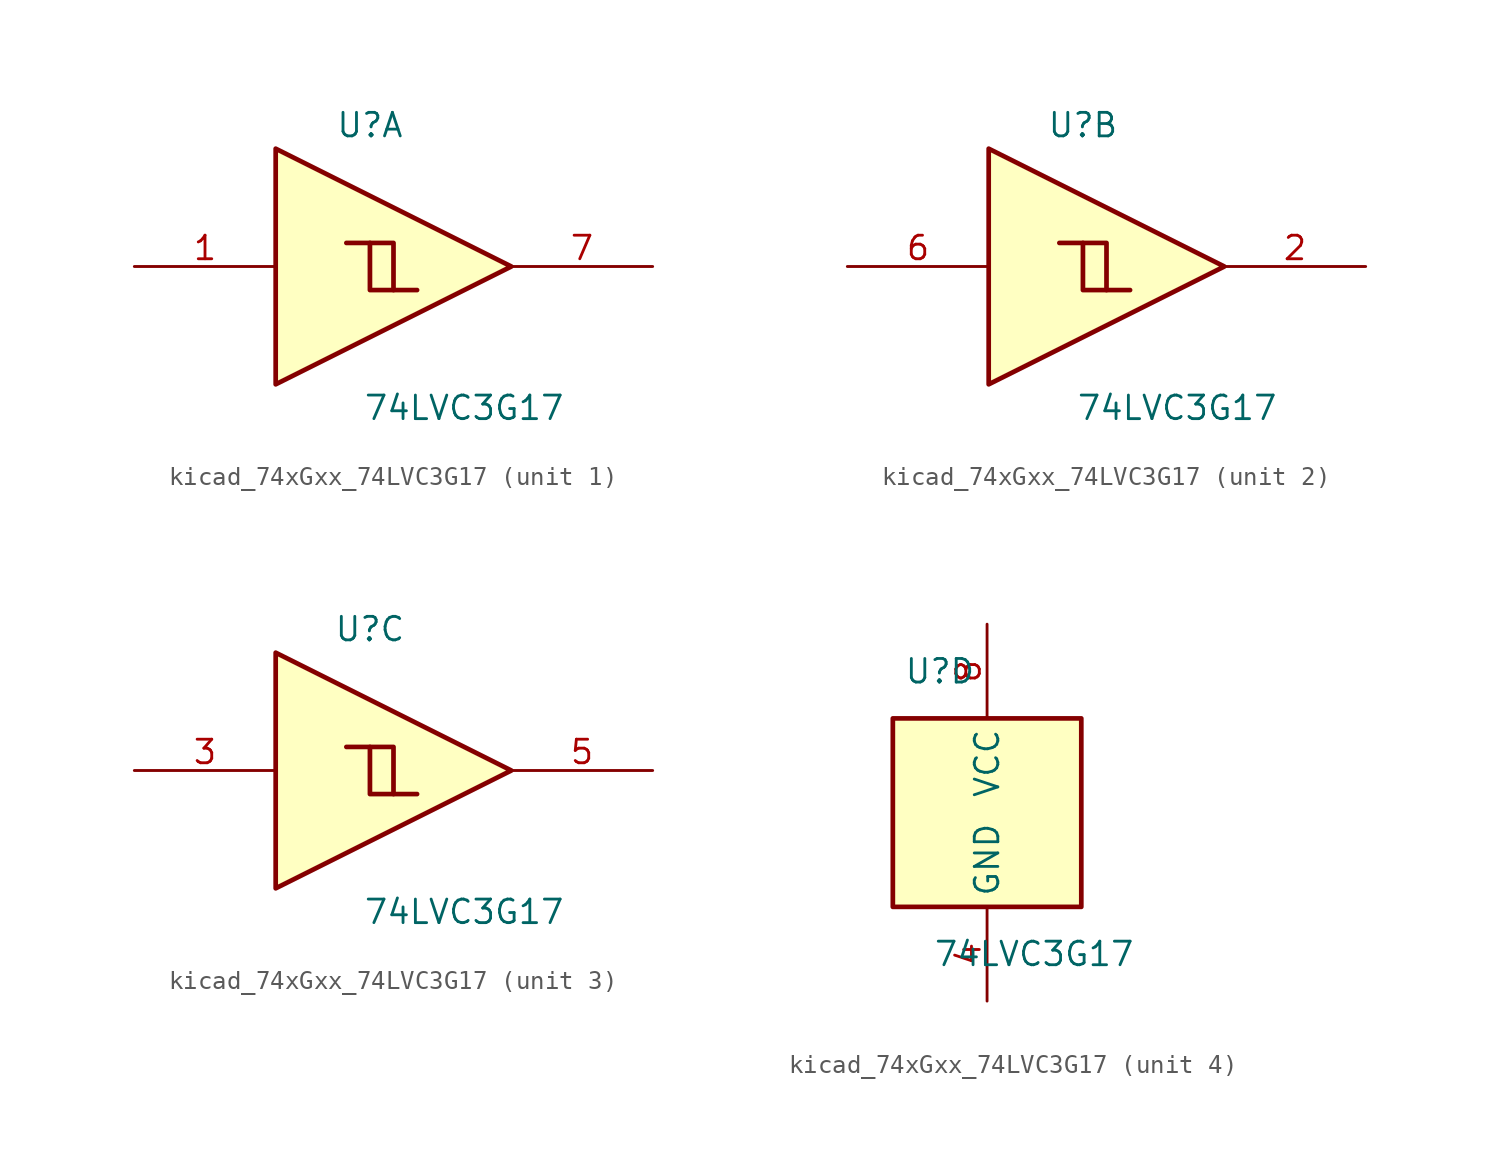
<source format=kicad_sym>
(kicad_symbol_lib
  (version 20220914)
  (generator kicad_symbol_editor)
  (symbol "kicad_74xGxx_74LVC3G17"
    (property "Reference" "U"
      (at -2.54 7.62 0)
      (effects (font (size 1.27 1.27))))
    (property "Value" "74LVC3G17"
      (at 2.54 -7.62 0)
      (effects (font (size 1.27 1.27))))
    (symbol "kicad_74xGxx_74LVC3G17_1_1"
      (polyline (pts (xy -2.54 1.27) (xy -1.27 1.27) (xy -1.27 -1.27)) (stroke (width 0.254) (type default)) (fill (type background)))
      (polyline (pts (xy -7.62 6.35) (xy -7.62 -6.35) (xy 5.08 0) (xy -7.62 6.35)) (stroke (width 0.254) (type default)) (fill (type background)))
      (polyline (pts (xy -3.81 1.27) (xy -2.54 1.27) (xy -2.54 -1.27) (xy 0 -1.27)) (stroke (width 0.254) (type default)) (fill (type background)))
      (pin input line (at -15.24 0 0) (length 7.62) (name "~" (effects (font (size 1.27 1.27)))) (number "1" (effects (font (size 1.27 1.27)))))
      (pin output line (at 12.7 0 180) (length 7.62) (name "~" (effects (font (size 1.27 1.27)))) (number "7" (effects (font (size 1.27 1.27))))))
    (symbol "kicad_74xGxx_74LVC3G17_2_1"
      (polyline (pts (xy -2.54 1.27) (xy -1.27 1.27) (xy -1.27 -1.27)) (stroke (width 0.254) (type default)) (fill (type background)))
      (polyline (pts (xy -7.62 6.35) (xy -7.62 -6.35) (xy 5.08 0) (xy -7.62 6.35)) (stroke (width 0.254) (type default)) (fill (type background)))
      (polyline (pts (xy -3.81 1.27) (xy -2.54 1.27) (xy -2.54 -1.27) (xy 0 -1.27)) (stroke (width 0.254) (type default)) (fill (type background)))
      (pin output line (at 12.7 0 180) (length 7.62) (name "~" (effects (font (size 1.27 1.27)))) (number "2" (effects (font (size 1.27 1.27)))))
      (pin input line (at -15.24 0 0) (length 7.62) (name "~" (effects (font (size 1.27 1.27)))) (number "6" (effects (font (size 1.27 1.27))))))
    (symbol "kicad_74xGxx_74LVC3G17_3_1"
      (polyline (pts (xy -2.54 1.27) (xy -1.27 1.27) (xy -1.27 -1.27)) (stroke (width 0.254) (type default)) (fill (type background)))
      (polyline (pts (xy -7.62 6.35) (xy -7.62 -6.35) (xy 5.08 0) (xy -7.62 6.35)) (stroke (width 0.254) (type default)) (fill (type background)))
      (polyline (pts (xy -3.81 1.27) (xy -2.54 1.27) (xy -2.54 -1.27) (xy 0 -1.27)) (stroke (width 0.254) (type default)) (fill (type background)))
      (pin input line (at -15.24 0 0) (length 7.62) (name "~" (effects (font (size 1.27 1.27)))) (number "3" (effects (font (size 1.27 1.27)))))
      (pin output line (at 12.7 0 180) (length 7.62) (name "~" (effects (font (size 1.27 1.27)))) (number "5" (effects (font (size 1.27 1.27))))))
    (symbol "kicad_74xGxx_74LVC3G17_4_0"
      (rectangle (start -5.08 -5.08) (end 5.08 5.08) (stroke (width 0.254) (type default)) (fill (type background))))
    (symbol "kicad_74xGxx_74LVC3G17_4_1"
      (pin power_in line (at 0 -10.16 90) (length 5.08) (name "GND" (effects (font (size 1.27 1.27)))) (number "4" (effects (font (size 1.27 1.27)))))
      (pin power_in line (at 0 10.16 270) (length 5.08) (name "VCC" (effects (font (size 1.27 1.27)))) (number "8" (effects (font (size 1.27 1.27))))))))
</source>
